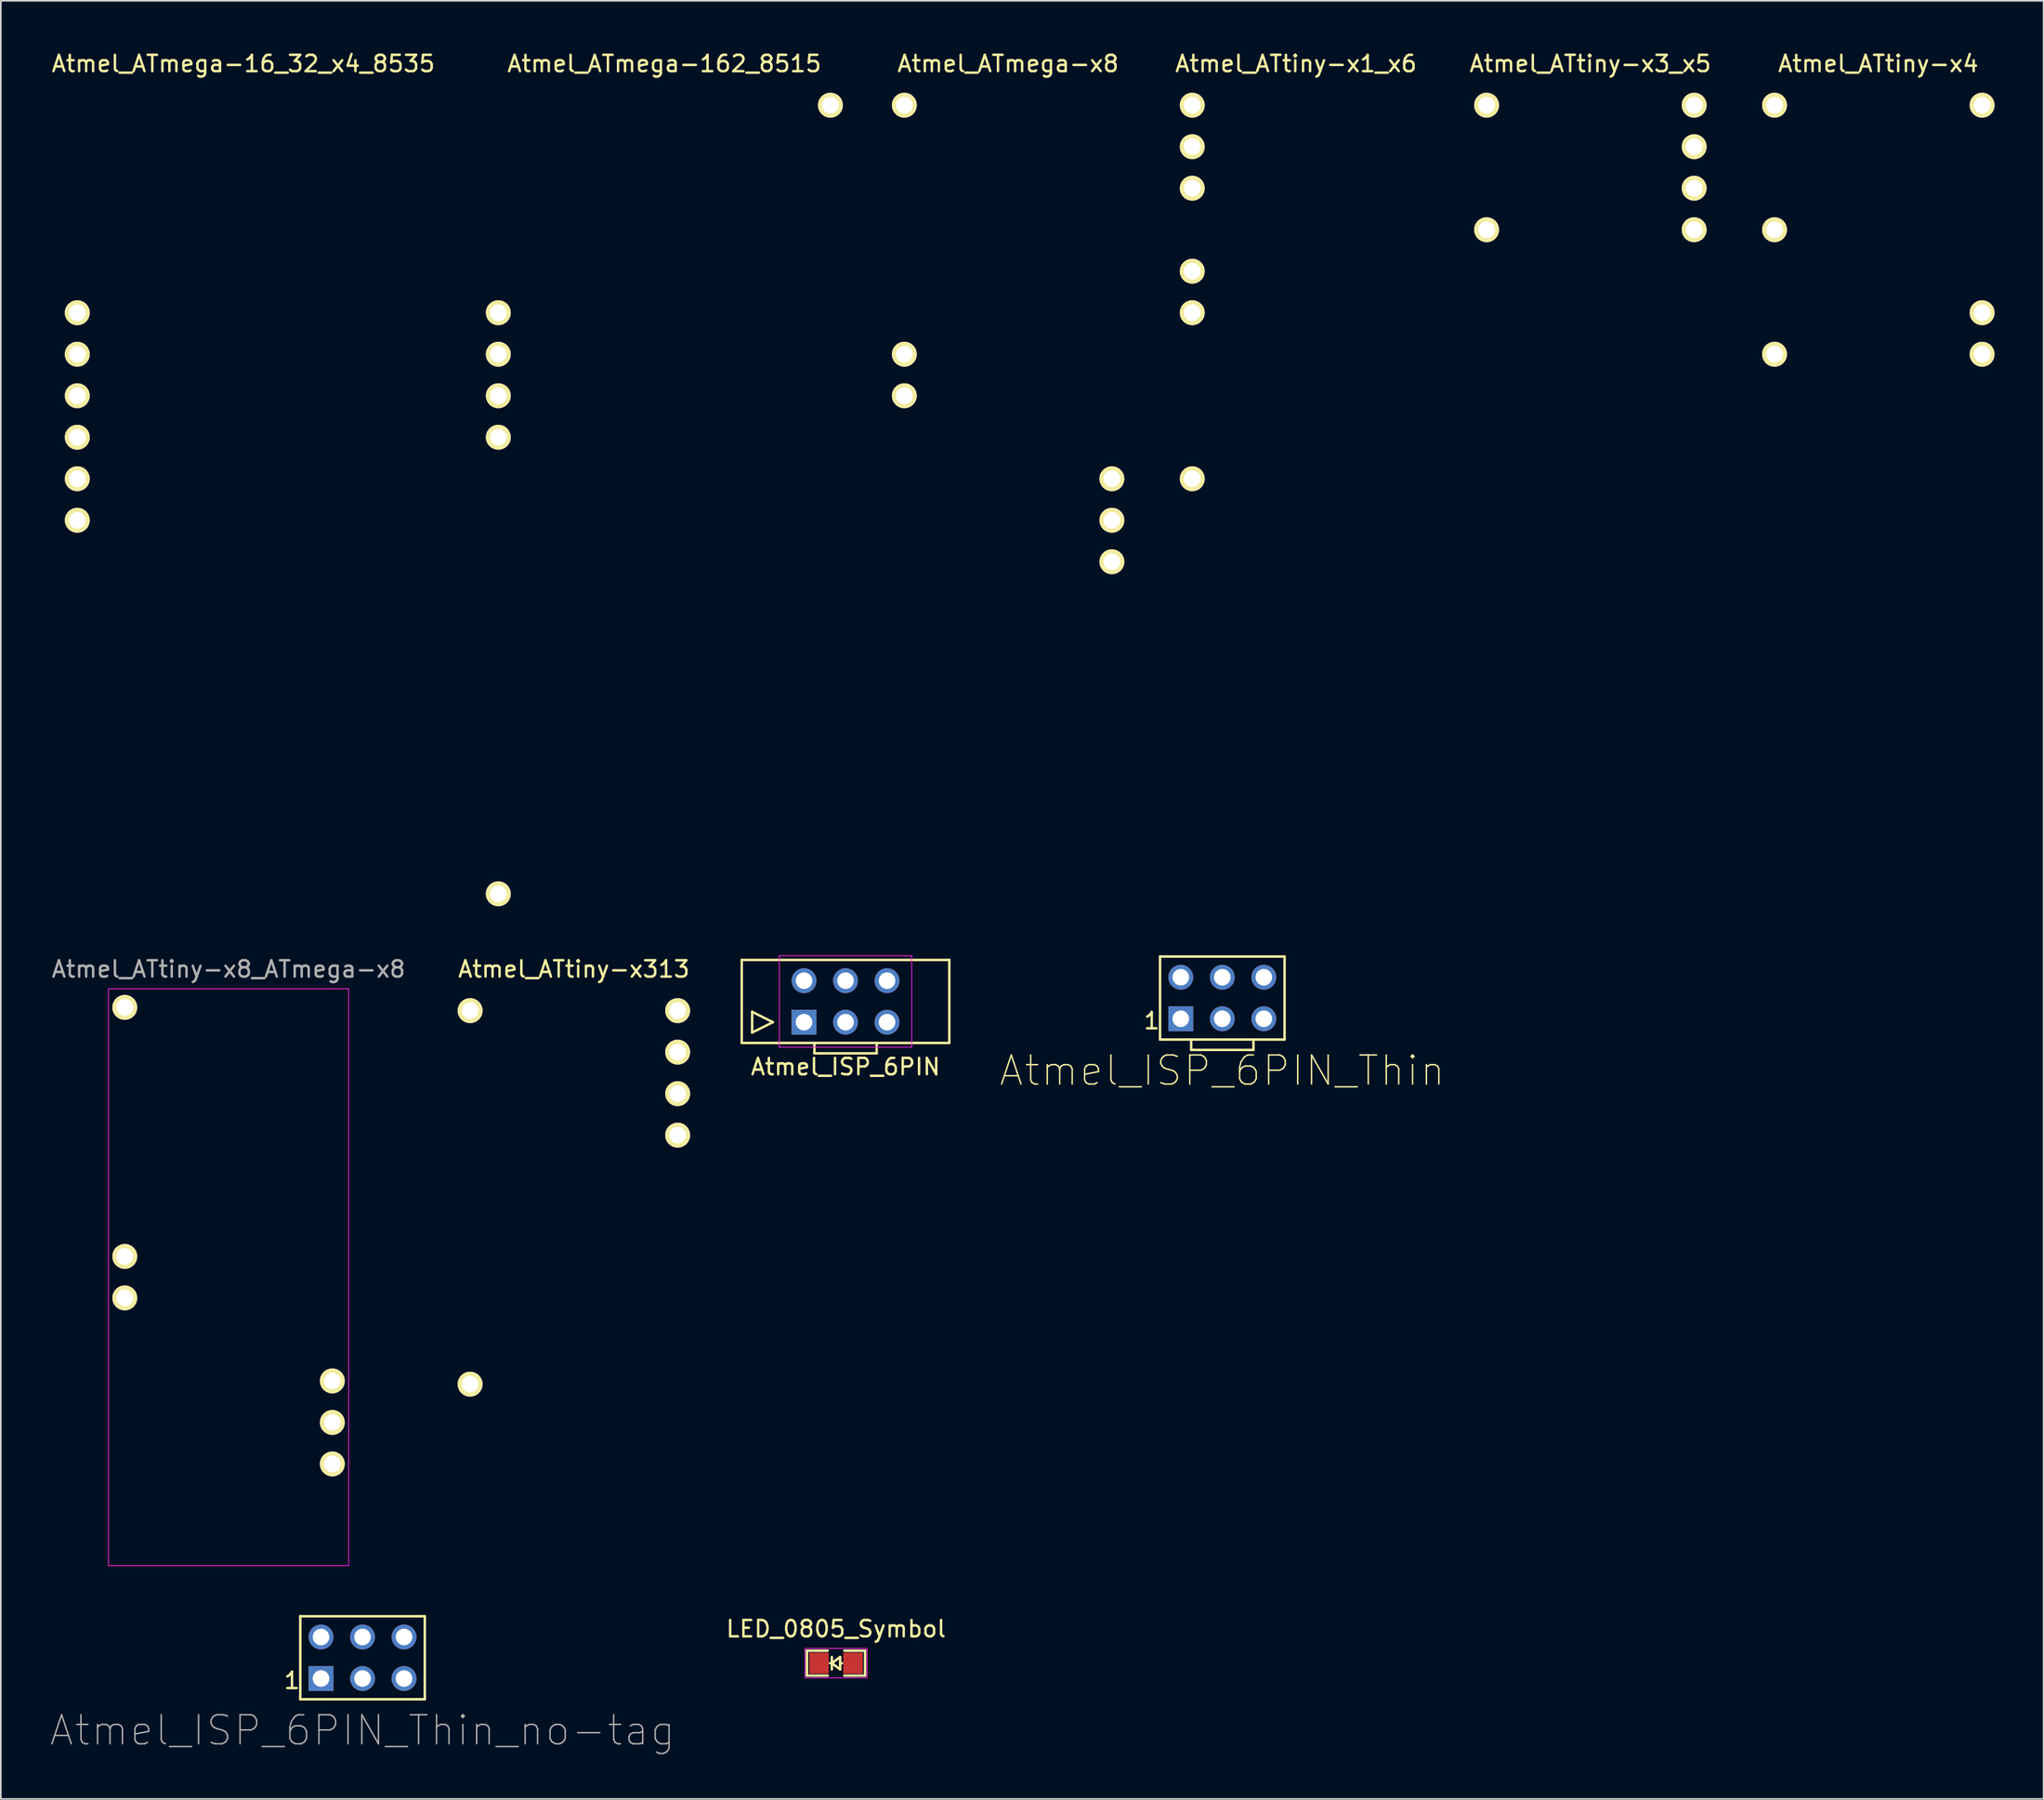
<source format=kicad_pcb>
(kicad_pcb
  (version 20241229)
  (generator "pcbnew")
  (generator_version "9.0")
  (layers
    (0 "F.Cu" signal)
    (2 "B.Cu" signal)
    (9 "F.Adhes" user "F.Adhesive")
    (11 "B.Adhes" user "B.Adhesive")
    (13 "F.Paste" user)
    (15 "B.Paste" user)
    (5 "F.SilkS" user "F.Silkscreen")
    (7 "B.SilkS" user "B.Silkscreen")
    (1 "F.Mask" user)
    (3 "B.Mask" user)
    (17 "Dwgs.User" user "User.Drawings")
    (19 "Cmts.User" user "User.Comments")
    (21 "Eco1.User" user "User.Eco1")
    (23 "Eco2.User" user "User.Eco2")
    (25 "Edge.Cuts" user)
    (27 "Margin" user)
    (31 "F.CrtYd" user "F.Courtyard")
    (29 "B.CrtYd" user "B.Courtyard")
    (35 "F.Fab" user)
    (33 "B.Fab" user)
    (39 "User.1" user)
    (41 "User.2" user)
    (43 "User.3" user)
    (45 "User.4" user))
  (footprint "Atmel_ISP_6PIN_Thin"
    (layer "F.Cu")
    (at 71.741 58.026)
    (property "Reference" "Atmel_ISP_6PIN_Thin" (at 0 4.445 0) (layer "F.SilkS") (effects (font (size 1.778 1.778) (thickness 0.089))))
    (attr exclude_from_pos_files exclude_from_bom)
    (fp_line (start -3.81 -2.54) (end 3.81 -2.54) (stroke (width 0.152) (type solid)) (layer "F.SilkS"))
    (fp_line (start -3.81 2.54) (end -3.81 -2.54) (stroke (width 0.152) (type solid)) (layer "F.SilkS"))
    (fp_line (start -1.905 2.54) (end -1.905 3.175) (stroke (width 0.152) (type solid)) (layer "F.SilkS"))
    (fp_line (start -1.905 3.175) (end 1.905 3.175) (stroke (width 0.152) (type solid)) (layer "F.SilkS"))
    (fp_line (start 1.905 3.175) (end 1.905 2.54) (stroke (width 0.152) (type solid)) (layer "F.SilkS"))
    (fp_line (start 3.81 -2.54) (end 3.81 2.54) (stroke (width 0.152) (type solid)) (layer "F.SilkS"))
    (fp_line (start 3.81 2.54) (end -3.81 2.54) (stroke (width 0.152) (type solid)) (layer "F.SilkS"))
    (fp_text user "1" (at -4.318 1.397 0) (layer "F.SilkS") (effects (font (size 1 1) (thickness 0.15))))
    (pad "1" thru_hole rect (at -2.54 1.27) (size 1.524 1.524) (drill 1.016) (layers "*.Cu" "*.Mask"))
    (pad "2" thru_hole circle (at -2.54 -1.27) (size 1.524 1.524) (drill 1.016) (layers "*.Cu" "*.Mask"))
    (pad "3" thru_hole circle (at 0 1.27) (size 1.524 1.524) (drill 1.016) (layers "*.Cu" "*.Mask"))
    (pad "4" thru_hole circle (at 0 -1.27) (size 1.524 1.524) (drill 1.016) (layers "*.Cu" "*.Mask"))
    (pad "5" thru_hole circle (at 2.54 1.27) (size 1.524 1.524) (drill 1.016) (layers "*.Cu" "*.Mask"))
    (pad "6" thru_hole circle (at 2.54 -1.27) (size 1.524 1.524) (drill 1.016) (layers "*.Cu" "*.Mask")))
  (footprint "Atmel_ATtiny-x3_x5"
    (layer "F.Cu")
    (at 94.264 7.198)
    (property "Reference" "Atmel_ATtiny-x3_x5" (at 0 -6.35 0) (layer "F.SilkS") (effects (font (size 1 1) (thickness 0.15))))
    (attr through_hole)
    (pad "1" thru_hole circle (at -6.35 -3.81) (size 1.524 1.524) (drill 1.016) (layers "*.Cu" "*.Mask" "F.SilkS"))
    (pad "4" thru_hole circle (at -6.35 3.81) (size 1.524 1.524) (drill 1.016) (layers "*.Cu" "*.Mask" "F.SilkS"))
    (pad "5" thru_hole circle (at 6.35 3.81) (size 1.524 1.524) (drill 1.016) (layers "*.Cu" "*.Mask" "F.SilkS"))
    (pad "6" thru_hole circle (at 6.35 1.27) (size 1.524 1.524) (drill 1.016) (layers "*.Cu" "*.Mask" "F.SilkS"))
    (pad "7" thru_hole circle (at 6.35 -1.27) (size 1.524 1.524) (drill 1.016) (layers "*.Cu" "*.Mask" "F.SilkS"))
    (pad "8" thru_hole circle (at 6.35 -3.81) (size 1.524 1.524) (drill 1.016) (layers "*.Cu" "*.Mask" "F.SilkS")))
  (footprint "Atmel_ATtiny-x4"
    (layer "F.Cu")
    (at 111.882 11.008)
    (property "Reference" "Atmel_ATtiny-x4" (at 0 -10.16 0) (layer "F.SilkS") (effects (font (size 1 1) (thickness 0.15))))
    (attr through_hole)
    (pad "1" thru_hole circle (at -6.35 -7.62) (size 1.524 1.524) (drill 1.016) (layers "*.Cu" "*.Mask" "F.SilkS"))
    (pad "4" thru_hole circle (at -6.35 0) (size 1.524 1.524) (drill 1.016) (layers "*.Cu" "*.Mask" "F.SilkS"))
    (pad "7" thru_hole circle (at -6.35 7.62) (size 1.524 1.524) (drill 1.016) (layers "*.Cu" "*.Mask" "F.SilkS"))
    (pad "8" thru_hole circle (at 6.35 7.62) (size 1.524 1.524) (drill 1.016) (layers "*.Cu" "*.Mask" "F.SilkS"))
    (pad "9" thru_hole circle (at 6.35 5.08) (size 1.524 1.524) (drill 1.016) (layers "*.Cu" "*.Mask" "F.SilkS"))
    (pad "14" thru_hole circle (at 6.35 -7.62) (size 1.524 1.524) (drill 1.016) (layers "*.Cu" "*.Mask" "F.SilkS")))
  (footprint "Atmel_ISP_6PIN"
    (layer "F.Cu")
    (at 48.687 58.235)
    (property "Reference" "Atmel_ISP_6PIN" (at 0 4 0) (layer "F.SilkS") (effects (font (size 1 1) (thickness 0.15))))
    (attr exclude_from_pos_files exclude_from_bom)
    (fp_line (start -6.35 -2.54) (end 6.35 -2.54) (stroke (width 0.15) (type solid)) (layer "F.SilkS"))
    (fp_line (start -6.35 2.54) (end -6.35 -2.54) (stroke (width 0.15) (type solid)) (layer "F.SilkS"))
    (fp_line (start -5.715 0.635) (end -5.715 1.905) (stroke (width 0.15) (type solid)) (layer "F.SilkS"))
    (fp_line (start -5.715 1.905) (end -4.445 1.27) (stroke (width 0.15) (type solid)) (layer "F.SilkS"))
    (fp_line (start -4.445 1.27) (end -5.715 0.635) (stroke (width 0.15) (type solid)) (layer "F.SilkS"))
    (fp_line (start -1.905 2.54) (end -1.905 3.175) (stroke (width 0.15) (type solid)) (layer "F.SilkS"))
    (fp_line (start -1.905 3.175) (end 1.905 3.175) (stroke (width 0.15) (type solid)) (layer "F.SilkS"))
    (fp_line (start 1.905 3.175) (end 1.905 2.54) (stroke (width 0.15) (type solid)) (layer "F.SilkS"))
    (fp_line (start 6.35 -2.54) (end 6.35 2.54) (stroke (width 0.15) (type solid)) (layer "F.SilkS"))
    (fp_line (start 6.35 2.54) (end -6.35 2.54) (stroke (width 0.15) (type solid)) (layer "F.SilkS"))
    (fp_line (start -4.05 -2.8) (end -4.05 2.8) (stroke (width 0.05) (type solid)) (layer "F.CrtYd"))
    (fp_line (start 4.05 -2.8) (end -4.05 -2.8) (stroke (width 0.05) (type solid)) (layer "F.CrtYd"))
    (fp_line (start 4.05 -2.8) (end 4.05 2.8) (stroke (width 0.05) (type solid)) (layer "F.CrtYd"))
    (fp_line (start 4.05 2.8) (end -4.05 2.8) (stroke (width 0.05) (type solid)) (layer "F.CrtYd"))
    (pad "1" thru_hole rect (at -2.54 1.27) (size 1.524 1.524) (drill 1.016) (layers "*.Cu" "*.Mask"))
    (pad "2" thru_hole circle (at -2.54 -1.27) (size 1.524 1.524) (drill 1.016) (layers "*.Cu" "*.Mask"))
    (pad "3" thru_hole circle (at 0 1.27) (size 1.524 1.524) (drill 1.016) (layers "*.Cu" "*.Mask"))
    (pad "4" thru_hole circle (at 0 -1.27) (size 1.524 1.524) (drill 1.016) (layers "*.Cu" "*.Mask"))
    (pad "5" thru_hole circle (at 2.54 1.27) (size 1.524 1.524) (drill 1.016) (layers "*.Cu" "*.Mask"))
    (pad "6" thru_hole circle (at 2.54 -1.27) (size 1.524 1.524) (drill 1.016) (layers "*.Cu" "*.Mask")))
  (footprint "LED_0805_Symbol"
    (layer "F.Cu")
    (at 48.104 98.732)
    (property "Reference" "LED_0805_Symbol" (at 0 -2.1 0) (layer "F.SilkS") (effects (font (size 1 1) (thickness 0.15))))
    (attr through_hole)
    (fp_line (start -1.778 -0.762) (end -0.508 -0.762) (stroke (width 0.15) (type solid)) (layer "F.SilkS"))
    (fp_line (start -1.778 0.762) (end -1.778 -0.762) (stroke (width 0.15) (type solid)) (layer "F.SilkS"))
    (fp_line (start -0.508 0.762) (end -1.778 0.762) (stroke (width 0.15) (type solid)) (layer "F.SilkS"))
    (fp_line (start -0.365 0) (end -0.254 0) (stroke (width 0.15) (type solid)) (layer "F.SilkS"))
    (fp_line (start -0.254 0) (end 0.254 0.381) (stroke (width 0.15) (type solid)) (layer "F.SilkS"))
    (fp_line (start -0.254 0.381) (end -0.254 -0.381) (stroke (width 0.15) (type solid)) (layer "F.SilkS"))
    (fp_line (start 0.254 -0.381) (end -0.254 0) (stroke (width 0.15) (type solid)) (layer "F.SilkS"))
    (fp_line (start 0.254 0.381) (end 0.254 -0.381) (stroke (width 0.15) (type solid)) (layer "F.SilkS"))
    (fp_line (start 0.365 0) (end 0.254 0) (stroke (width 0.15) (type solid)) (layer "F.SilkS"))
    (fp_line (start 0.508 -0.762) (end 1.778 -0.762) (stroke (width 0.15) (type solid)) (layer "F.SilkS"))
    (fp_line (start 1.778 -0.762) (end 1.778 0.762) (stroke (width 0.15) (type solid)) (layer "F.SilkS"))
    (fp_line (start 1.778 0.762) (end 0.508 0.762) (stroke (width 0.15) (type solid)) (layer "F.SilkS"))
    (fp_line (start -1.9 -0.9) (end -1.9 0.9) (stroke (width 0.05) (type solid)) (layer "F.CrtYd"))
    (fp_line (start -1.9 -0.9) (end 1.9 -0.9) (stroke (width 0.05) (type solid)) (layer "F.CrtYd"))
    (fp_line (start -1.9 0.9) (end 1.9 0.9) (stroke (width 0.05) (type solid)) (layer "F.CrtYd"))
    (fp_line (start 1.9 -0.9) (end 1.9 0.9) (stroke (width 0.05) (type solid)) (layer "F.CrtYd"))
    (pad "1" smd rect (at -1.041 0 180) (size 1.194 1.295) (layers "F.Cu" "F.Mask" "F.Paste"))
    (pad "2" smd rect (at 1.041 0 180) (size 1.194 1.295) (layers "F.Cu" "F.Mask" "F.Paste")))
  (footprint "Atmel_ATmega-16_32_x4_8535"
    (layer "F.Cu")
    (at 11.839 27.518)
    (property "Reference" "Atmel_ATmega-16_32_x4_8535" (at 0 -26.67 0) (layer "F.SilkS") (effects (font (size 1 1) (thickness 0.15))))
    (attr through_hole)
    (pad "6" thru_hole circle (at -10.16 -11.43) (size 1.524 1.524) (drill 1.016) (layers "*.Cu" "*.Mask" "F.SilkS"))
    (pad "7" thru_hole circle (at -10.16 -8.89) (size 1.524 1.524) (drill 1.016) (layers "*.Cu" "*.Mask" "F.SilkS"))
    (pad "8" thru_hole circle (at -10.16 -6.35) (size 1.524 1.524) (drill 1.016) (layers "*.Cu" "*.Mask" "F.SilkS"))
    (pad "9" thru_hole circle (at -10.16 -3.81) (size 1.524 1.524) (drill 1.016) (layers "*.Cu" "*.Mask" "F.SilkS"))
    (pad "10" thru_hole circle (at -10.16 -1.27) (size 1.524 1.524) (drill 1.016) (layers "*.Cu" "*.Mask" "F.SilkS"))
    (pad "11" thru_hole circle (at -10.16 1.27) (size 1.524 1.524) (drill 1.016) (layers "*.Cu" "*.Mask" "F.SilkS")))
  (footprint "Atmel_ATtiny-x313"
    (layer "F.Cu")
    (at 32.065 70.228)
    (property "Reference" "Atmel_ATtiny-x313" (at 0 -13.97 0) (layer "F.SilkS") (effects (font (size 1 1) (thickness 0.15))))
    (attr through_hole)
    (pad "1" thru_hole circle (at -6.35 -11.43) (size 1.524 1.524) (drill 1.016) (layers "*.Cu" "*.Mask" "F.SilkS"))
    (pad "10" thru_hole circle (at -6.35 11.43) (size 1.524 1.524) (drill 1.016) (layers "*.Cu" "*.Mask" "F.SilkS"))
    (pad "17" thru_hole circle (at 6.35 -3.81) (size 1.524 1.524) (drill 1.016) (layers "*.Cu" "*.Mask" "F.SilkS"))
    (pad "18" thru_hole circle (at 6.35 -6.35) (size 1.524 1.524) (drill 1.016) (layers "*.Cu" "*.Mask" "F.SilkS"))
    (pad "19" thru_hole circle (at 6.35 -8.89) (size 1.524 1.524) (drill 1.016) (layers "*.Cu" "*.Mask" "F.SilkS"))
    (pad "20" thru_hole circle (at 6.35 -11.43) (size 1.524 1.524) (drill 1.016) (layers "*.Cu" "*.Mask" "F.SilkS")))
  (footprint "Atmel_ATmega-x8"
    (layer "F.Cu")
    (at 58.635 19.898)
    (property "Reference" "Atmel_ATmega-x8" (at 0 -19.05 0) (layer "F.SilkS") (effects (font (size 1 1) (thickness 0.15))))
    (attr through_hole)
    (pad "1" thru_hole circle (at -6.35 -16.51) (size 1.524 1.524) (drill 1.016) (layers "*.Cu" "*.Mask" "F.SilkS"))
    (pad "7" thru_hole circle (at -6.35 -1.27) (size 1.524 1.524) (drill 1.016) (layers "*.Cu" "*.Mask" "F.SilkS"))
    (pad "8" thru_hole circle (at -6.35 1.27) (size 1.524 1.524) (drill 1.016) (layers "*.Cu" "*.Mask" "F.SilkS"))
    (pad "17" thru_hole circle (at 6.35 11.43) (size 1.524 1.524) (drill 1.016) (layers "*.Cu" "*.Mask" "F.SilkS"))
    (pad "18" thru_hole circle (at 6.35 8.89) (size 1.524 1.524) (drill 1.016) (layers "*.Cu" "*.Mask" "F.SilkS"))
    (pad "19" thru_hole circle (at 6.35 6.35) (size 1.524 1.524) (drill 1.016) (layers "*.Cu" "*.Mask" "F.SilkS")))
  (footprint "Atmel_ATtiny-x1_x6"
    (layer "F.Cu")
    (at 76.253 14.818)
    (property "Reference" "Atmel_ATtiny-x1_x6" (at 0 -13.97 0) (layer "F.SilkS") (effects (font (size 1 1) (thickness 0.15))))
    (attr through_hole)
    (pad "1" thru_hole circle (at -6.35 -11.43) (size 1.524 1.524) (drill 1.016) (layers "*.Cu" "*.Mask" "F.SilkS"))
    (pad "2" thru_hole circle (at -6.35 -8.89) (size 1.524 1.524) (drill 1.016) (layers "*.Cu" "*.Mask" "F.SilkS"))
    (pad "3" thru_hole circle (at -6.35 -6.35) (size 1.524 1.524) (drill 1.016) (layers "*.Cu" "*.Mask" "F.SilkS"))
    (pad "5" thru_hole circle (at -6.35 -1.27) (size 1.524 1.524) (drill 1.016) (layers "*.Cu" "*.Mask" "F.SilkS"))
    (pad "6" thru_hole circle (at -6.35 1.27) (size 1.524 1.524) (drill 1.016) (layers "*.Cu" "*.Mask" "F.SilkS"))
    (pad "10" thru_hole circle (at -6.35 11.43) (size 1.524 1.524) (drill 1.016) (layers "*.Cu" "*.Mask" "F.SilkS")))
  (footprint "Atmel_ATmega-162_8515"
    (layer "F.Cu")
    (at 37.601 27.518)
    (property "Reference" "Atmel_ATmega-162_8515" (at 0 -26.67 0) (layer "F.SilkS") (effects (font (size 1 1) (thickness 0.15))))
    (attr through_hole)
    (pad "6" thru_hole circle (at -10.16 -11.43) (size 1.524 1.524) (drill 1.016) (layers "*.Cu" "*.Mask" "F.SilkS"))
    (pad "7" thru_hole circle (at -10.16 -8.89) (size 1.524 1.524) (drill 1.016) (layers "*.Cu" "*.Mask" "F.SilkS"))
    (pad "8" thru_hole circle (at -10.16 -6.35) (size 1.524 1.524) (drill 1.016) (layers "*.Cu" "*.Mask" "F.SilkS"))
    (pad "9" thru_hole circle (at -10.16 -3.81) (size 1.524 1.524) (drill 1.016) (layers "*.Cu" "*.Mask" "F.SilkS"))
    (pad "20" thru_hole circle (at -10.16 24.13) (size 1.524 1.524) (drill 1.016) (layers "*.Cu" "*.Mask" "F.SilkS"))
    (pad "40" thru_hole circle (at 10.16 -24.13) (size 1.524 1.524) (drill 1.016) (layers "*.Cu" "*.Mask" "F.SilkS")))
  (footprint "Atmel_ISP_6PIN_Thin_no-tag"
    (layer "F.Cu")
    (at 19.133 98.4)
    (property "Reference" "Atmel_ISP_6PIN_Thin_no-tag" (at 0 4.445 0) (layer "F.Fab") (effects (font (size 1.778 1.778) (thickness 0.089))))
    (attr exclude_from_pos_files exclude_from_bom)
    (fp_line (start -3.81 -2.54) (end 3.81 -2.54) (stroke (width 0.152) (type solid)) (layer "F.SilkS"))
    (fp_line (start -3.81 2.54) (end -3.81 -2.54) (stroke (width 0.152) (type solid)) (layer "F.SilkS"))
    (fp_line (start 3.81 -2.54) (end 3.81 2.54) (stroke (width 0.152) (type solid)) (layer "F.SilkS"))
    (fp_line (start 3.81 2.54) (end -3.81 2.54) (stroke (width 0.152) (type solid)) (layer "F.SilkS"))
    (fp_text user "1" (at -4.318 1.397 0) (layer "F.SilkS") (effects (font (size 1 1) (thickness 0.15))))
    (pad "1" thru_hole rect (at -2.54 1.27) (size 1.524 1.524) (drill 1.016) (layers "*.Cu" "*.Mask"))
    (pad "2" thru_hole circle (at -2.54 -1.27) (size 1.524 1.524) (drill 1.016) (layers "*.Cu" "*.Mask"))
    (pad "3" thru_hole circle (at 0 1.27) (size 1.524 1.524) (drill 1.016) (layers "*.Cu" "*.Mask"))
    (pad "4" thru_hole circle (at 0 -1.27) (size 1.524 1.524) (drill 1.016) (layers "*.Cu" "*.Mask"))
    (pad "5" thru_hole circle (at 2.54 1.27) (size 1.524 1.524) (drill 1.016) (layers "*.Cu" "*.Mask"))
    (pad "6" thru_hole circle (at 2.54 -1.27) (size 1.524 1.524) (drill 1.016) (layers "*.Cu" "*.Mask")))
  (footprint "Atmel_ATtiny-x8_ATmega-x8"
    (layer "F.Cu")
    (at 10.935 75.109)
    (property "Reference" "Atmel_ATtiny-x8_ATmega-x8" (at 0 -18.85 0) (layer "F.Fab") (effects (font (size 1 1) (thickness 0.15))))
    (attr through_hole)
    (fp_line (start -7.35 -17.65) (end -7.35 17.65) (stroke (width 0.05) (type solid)) (layer "F.CrtYd"))
    (fp_line (start -7.35 -17.65) (end 7.35 -17.65) (stroke (width 0.05) (type solid)) (layer "F.CrtYd"))
    (fp_line (start -7.35 17.65) (end 7.35 17.65) (stroke (width 0.05) (type solid)) (layer "F.CrtYd"))
    (fp_line (start 7.35 -17.65) (end 7.35 17.65) (stroke (width 0.05) (type solid)) (layer "F.CrtYd"))
    (pad "1" thru_hole circle (at -6.35 -16.51) (size 1.524 1.524) (drill 1.016) (layers "*.Cu" "*.Mask" "F.SilkS"))
    (pad "7" thru_hole circle (at -6.35 -1.27) (size 1.524 1.524) (drill 1.016) (layers "*.Cu" "*.Mask" "F.SilkS"))
    (pad "8" thru_hole circle (at -6.35 1.27) (size 1.524 1.524) (drill 1.016) (layers "*.Cu" "*.Mask" "F.SilkS"))
    (pad "17" thru_hole circle (at 6.35 11.43) (size 1.524 1.524) (drill 1.016) (layers "*.Cu" "*.Mask" "F.SilkS"))
    (pad "18" thru_hole circle (at 6.35 8.89) (size 1.524 1.524) (drill 1.016) (layers "*.Cu" "*.Mask" "F.SilkS"))
    (pad "19" thru_hole circle (at 6.35 6.35) (size 1.524 1.524) (drill 1.016) (layers "*.Cu" "*.Mask" "F.SilkS")))
  (gr_rect
    (start -3 -3)
    (end 121.994 107.041)
    (stroke (width 0.1) (type default))
    (fill no)
    (layer "Edge.Cuts")))
</source>
